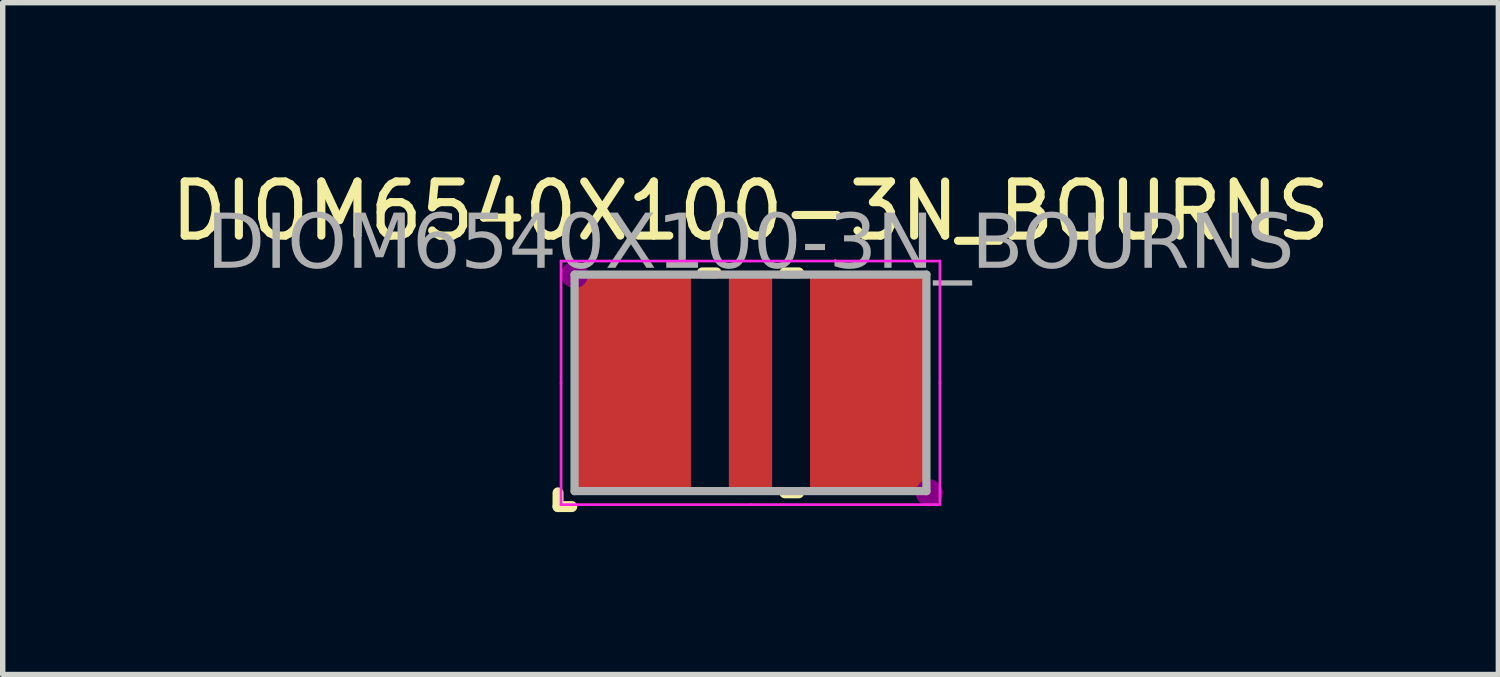
<source format=kicad_pcb>
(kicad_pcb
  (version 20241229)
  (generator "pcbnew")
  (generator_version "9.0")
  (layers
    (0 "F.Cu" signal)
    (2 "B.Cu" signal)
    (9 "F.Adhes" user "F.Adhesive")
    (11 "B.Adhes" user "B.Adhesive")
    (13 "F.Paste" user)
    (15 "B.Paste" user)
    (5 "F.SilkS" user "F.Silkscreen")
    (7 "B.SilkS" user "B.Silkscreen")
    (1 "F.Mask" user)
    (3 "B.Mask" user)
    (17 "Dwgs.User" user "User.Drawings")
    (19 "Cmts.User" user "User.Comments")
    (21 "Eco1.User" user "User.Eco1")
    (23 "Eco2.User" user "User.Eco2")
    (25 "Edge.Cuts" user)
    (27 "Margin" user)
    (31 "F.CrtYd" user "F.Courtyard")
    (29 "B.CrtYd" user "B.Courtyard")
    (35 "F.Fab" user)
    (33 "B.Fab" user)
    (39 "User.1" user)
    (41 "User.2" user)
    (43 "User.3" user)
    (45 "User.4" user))
  (footprint "DIOM6540X100-3N_BOURNS"
    (layer "F.Cu")
    (at 10.815 4.023)
    (property "Reference" "DIOM6540X100-3N_BOURNS" (at 0 -3.175 0) (layer "F.SilkS") (effects (font (size 1 1) (thickness 0.15))))
    (attr smd)
    (fp_poly (pts (xy -0.4 -1.7) (xy 0.4 -1.7) (xy 0.4 1.7) (xy -0.4 1.7)) (stroke (width 0.01) (type solid)) (fill yes) (layer "F.Mask"))
    (fp_poly (pts (xy 1.1 -1.7) (xy 2.95 -1.7) (xy 2.95 1.7) (xy 1.1 1.7)) (stroke (width 0.01) (type solid)) (fill yes) (layer "F.Mask"))
    (fp_poly (pts (xy -2.95 -1.7) (xy -1.1 -1.7) (xy -1.1 1.7) (xy -2.773 1.7) (xy -2.95 1.523)) (stroke (width 0.01) (type solid)) (fill yes) (layer "F.Mask"))
    (fp_line (start -3.556 2.286) (end -3.556 2.032) (stroke (width 0.203) (type solid)) (layer "F.SilkS"))
    (fp_line (start -3.556 2.286) (end -3.302 2.286) (stroke (width 0.203) (type solid)) (layer "F.SilkS"))
    (fp_line (start -0.889 -2.032) (end -0.635 -2.032) (stroke (width 0.203) (type solid)) (layer "F.SilkS"))
    (fp_line (start 0.635 -2.032) (end 0.889 -2.032) (stroke (width 0.203) (type solid)) (layer "F.SilkS"))
    (fp_line (start 0.635 2.032) (end 0.889 2.032) (stroke (width 0.203) (type solid)) (layer "F.SilkS"))
    (fp_circle (center -3.25 -2) (end -3 -2) (stroke (width 0) (type solid)) (fill yes) (layer "F.Adhes"))
    (fp_circle (center 3.302 2.032) (end 3.552 2.032) (stroke (width 0) (type solid)) (fill yes) (layer "F.Adhes"))
    (fp_poly (pts (xy -0.375 -1.675) (xy 0.375 -1.675) (xy 0.375 1.675) (xy -0.375 1.675)) (stroke (width 0.01) (type solid)) (fill yes) (layer "F.Paste"))
    (fp_poly (pts (xy 1.125 -1.675) (xy 2.925 -1.675) (xy 2.925 1.675) (xy 1.125 1.675)) (stroke (width 0.01) (type solid)) (fill yes) (layer "F.Paste"))
    (fp_poly (pts (xy -2.925 -1.675) (xy -2.925 1.513) (xy -2.763 1.675) (xy -1.125 1.675) (xy -1.125 -1.675)) (stroke (width 0.01) (type solid)) (fill yes) (layer "F.Paste"))
    (fp_line (start -3.5 -2.25) (end -3.5 0) (stroke (width 0.05) (type solid)) (layer "F.CrtYd"))
    (fp_line (start -3.5 2.25) (end -3.5 0) (stroke (width 0.05) (type solid)) (layer "F.CrtYd"))
    (fp_line (start 0 -2.25) (end -3.5 -2.25) (stroke (width 0.05) (type solid)) (layer "F.CrtYd"))
    (fp_line (start 0 -2.25) (end 3.5 -2.25) (stroke (width 0.05) (type solid)) (layer "F.CrtYd"))
    (fp_line (start 0 2.25) (end -3.5 2.25) (stroke (width 0.05) (type solid)) (layer "F.CrtYd"))
    (fp_line (start 0 2.25) (end 3.5 2.25) (stroke (width 0.05) (type solid)) (layer "F.CrtYd"))
    (fp_line (start 3.5 -2.25) (end 3.5 0) (stroke (width 0.05) (type solid)) (layer "F.CrtYd"))
    (fp_line (start 3.5 2.25) (end 3.5 0) (stroke (width 0.05) (type solid)) (layer "F.CrtYd"))
    (fp_line (start -3.25 -2) (end 3.25 -2) (stroke (width 0.152) (type solid)) (layer "F.Fab"))
    (fp_line (start -3.25 2) (end -3.25 -2) (stroke (width 0.152) (type solid)) (layer "F.Fab"))
    (fp_line (start 3.25 -2) (end 3.25 2) (stroke (width 0.152) (type solid)) (layer "F.Fab"))
    (fp_line (start 3.25 2) (end -3.25 2) (stroke (width 0.152) (type solid)) (layer "F.Fab"))
    (fp_text user "${REFERENCE}" (at 0 -2.54 0) (layer "F.Fab") (effects (font (face "Tahoma") (size 1 1) (thickness 0.15))))
    (pad "1" smd rect (at -2.175 0) (size 2.15 4) (layers "F.Cu"))
    (pad "2" smd rect (at 0 0) (size 0.8 4) (layers "F.Cu"))
    (pad "3" smd rect (at 2.175 0) (size 2.15 4) (layers "F.Cu"))
    (zone (net_name "") (layer "F.Cu") (hatch full 0.508) (connect_pads) (min_thickness 0.01) (filled_areas_thickness no) (keepout (tracks not_allowed) (vias not_allowed) (pads not_allowed) (copperpour not_allowed) (footprints allowed)) (placement (enabled no)) (fill) (polygon (pts (xy 9.715 2.023) (xy 10.415 2.023) (xy 10.415 6.023) (xy 9.715 6.023))))
    (zone (net_name "") (layer "F.Cu") (hatch full 0.508) (connect_pads) (min_thickness 0.01) (filled_areas_thickness no) (keepout (tracks not_allowed) (vias not_allowed) (pads not_allowed) (copperpour not_allowed) (footprints allowed)) (placement (enabled no)) (fill) (polygon (pts (xy 11.215 2.023) (xy 11.915 2.023) (xy 11.915 6.023) (xy 11.215 6.023))))
    (zone (net_name "") (layer "B.Cu") (hatch full 0.508) (connect_pads) (min_thickness 0.01) (filled_areas_thickness no) (keepout (tracks not_allowed) (vias not_allowed) (pads not_allowed) (copperpour not_allowed) (footprints allowed)) (placement (enabled no)) (fill) (polygon (pts (xy 7.565 2.023) (xy 14.065 2.023) (xy 14.065 6.023) (xy 7.565 6.023)))))
  (gr_rect
    (start -3 -3)
    (end 24.631 9.411)
    (stroke (width 0.1) (type default))
    (fill no)
    (layer "Edge.Cuts")))
</source>
